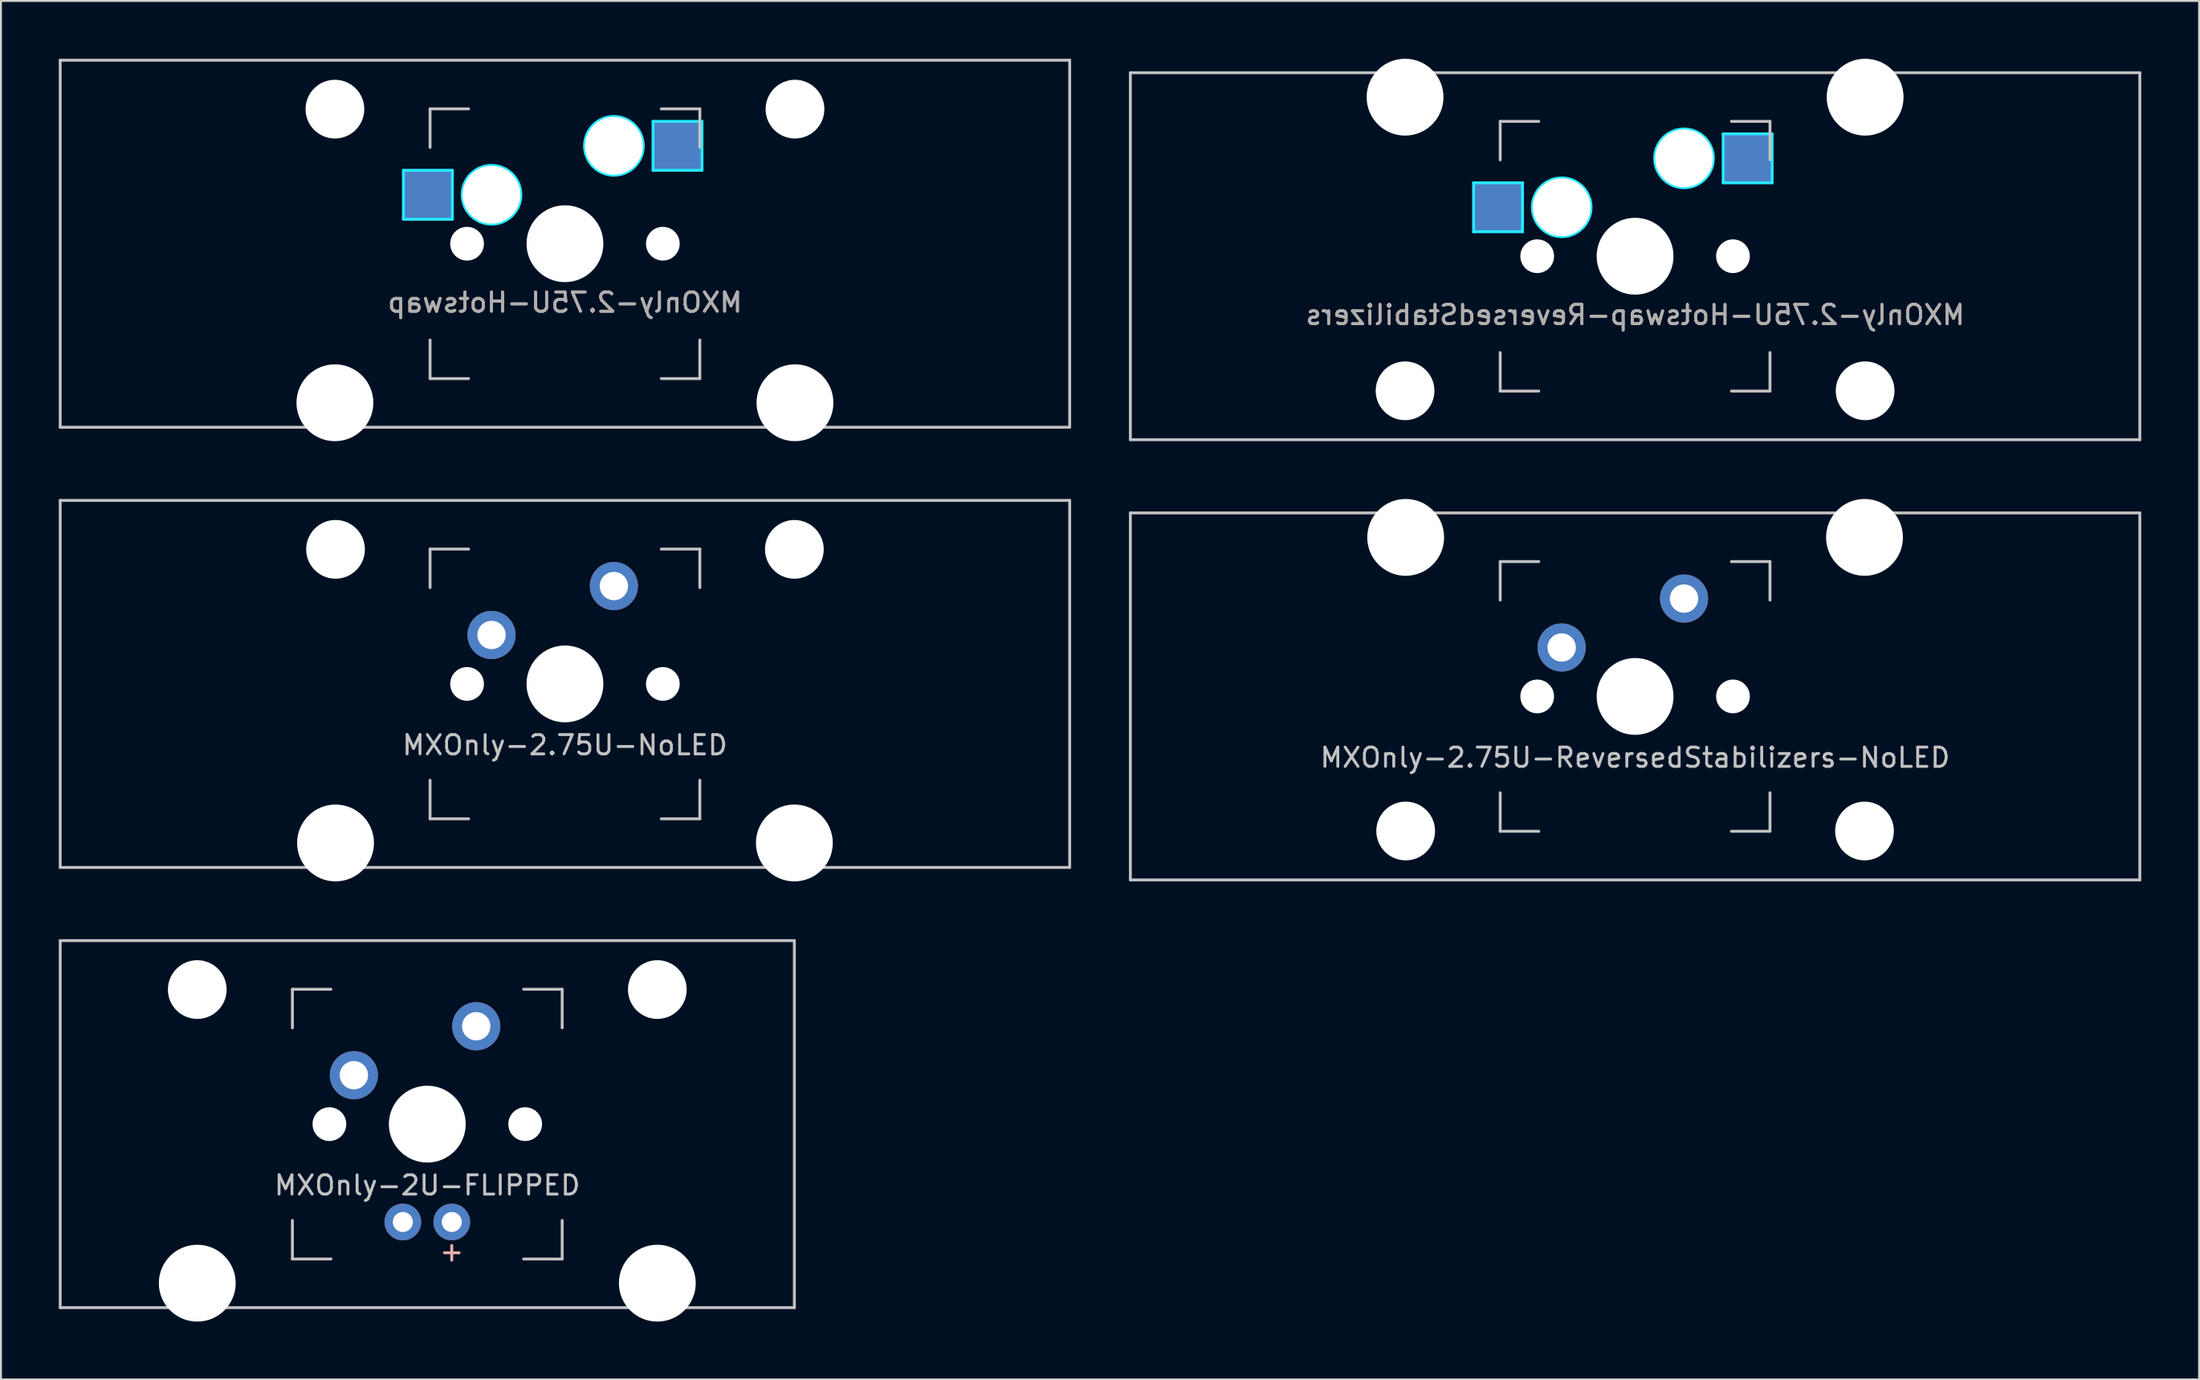
<source format=kicad_pcb>
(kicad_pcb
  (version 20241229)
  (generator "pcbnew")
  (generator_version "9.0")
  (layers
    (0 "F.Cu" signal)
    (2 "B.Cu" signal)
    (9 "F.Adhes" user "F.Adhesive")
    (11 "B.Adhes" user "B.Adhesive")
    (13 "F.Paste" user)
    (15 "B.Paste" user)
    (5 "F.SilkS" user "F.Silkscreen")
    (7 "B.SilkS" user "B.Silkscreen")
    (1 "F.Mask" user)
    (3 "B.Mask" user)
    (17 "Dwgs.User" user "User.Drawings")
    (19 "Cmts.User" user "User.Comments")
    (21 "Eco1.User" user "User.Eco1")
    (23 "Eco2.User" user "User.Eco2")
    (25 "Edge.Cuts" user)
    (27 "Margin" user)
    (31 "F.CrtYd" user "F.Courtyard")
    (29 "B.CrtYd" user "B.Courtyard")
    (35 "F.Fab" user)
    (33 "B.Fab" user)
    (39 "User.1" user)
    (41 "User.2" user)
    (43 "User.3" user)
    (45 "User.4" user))
  (footprint "MXOnly-2.75U-ReversedStabilizers-NoLED"
    (layer "F.Cu")
    (at 81.806 33.098)
    (property "Reference" "MXOnly-2.75U-ReversedStabilizers-NoLED" (at 0 3.175 0) (layer "Dwgs.User") (effects (font (size 1 1) (thickness 0.15))))
    (attr through_hole)
    (fp_line (start -26.194 -9.525) (end 26.194 -9.525) (stroke (width 0.15) (type solid)) (layer "Dwgs.User"))
    (fp_line (start -26.194 9.525) (end -26.194 -9.525) (stroke (width 0.15) (type solid)) (layer "Dwgs.User"))
    (fp_line (start -26.194 9.525) (end 26.194 9.525) (stroke (width 0.15) (type solid)) (layer "Dwgs.User"))
    (fp_line (start -7 -7) (end -7 -5) (stroke (width 0.15) (type solid)) (layer "Dwgs.User"))
    (fp_line (start -7 5) (end -7 7) (stroke (width 0.15) (type solid)) (layer "Dwgs.User"))
    (fp_line (start -7 7) (end -5 7) (stroke (width 0.15) (type solid)) (layer "Dwgs.User"))
    (fp_line (start -5 -7) (end -7 -7) (stroke (width 0.15) (type solid)) (layer "Dwgs.User"))
    (fp_line (start 5 -7) (end 7 -7) (stroke (width 0.15) (type solid)) (layer "Dwgs.User"))
    (fp_line (start 5 7) (end 7 7) (stroke (width 0.15) (type solid)) (layer "Dwgs.User"))
    (fp_line (start 7 -7) (end 7 -5) (stroke (width 0.15) (type solid)) (layer "Dwgs.User"))
    (fp_line (start 7 7) (end 7 5) (stroke (width 0.15) (type solid)) (layer "Dwgs.User"))
    (fp_line (start 26.194 -9.525) (end 26.194 9.525) (stroke (width 0.15) (type solid)) (layer "Dwgs.User"))
    (pad "" np_thru_hole circle (at -11.906 -8.255) (size 3.988 3.988) (drill 3.988) (layers "*.Cu" "*.Mask"))
    (pad "" np_thru_hole circle (at -11.906 6.985) (size 3.048 3.048) (drill 3.048) (layers "*.Cu" "*.Mask"))
    (pad "" np_thru_hole circle (at -5.08 0 48.1) (size 1.75 1.75) (drill 1.75) (layers "*.Cu" "*.Mask"))
    (pad "" np_thru_hole circle (at 0 0) (size 3.988 3.988) (drill 3.988) (layers "*.Cu" "*.Mask"))
    (pad "" np_thru_hole circle (at 5.08 0 48.1) (size 1.75 1.75) (drill 1.75) (layers "*.Cu" "*.Mask"))
    (pad "" np_thru_hole circle (at 11.906 -8.255) (size 3.988 3.988) (drill 3.988) (layers "*.Cu" "*.Mask"))
    (pad "" np_thru_hole circle (at 11.906 6.985) (size 3.048 3.048) (drill 3.048) (layers "*.Cu" "*.Mask"))
    (pad "1" thru_hole circle (at -3.81 -2.54) (size 2.5 2.5) (drill 1.47) (layers "*.Cu" "*.Mask"))
    (pad "2" thru_hole circle (at 2.54 -5.08) (size 2.5 2.5) (drill 1.47) (layers "*.Cu" "*.Mask")))
  (footprint "MXOnly-2U-FLIPPED"
    (layer "F.Cu")
    (at 19.125 55.298)
    (property "Reference" "MXOnly-2U-FLIPPED" (at 0 3.175 0) (layer "Dwgs.User") (effects (font (size 1 1) (thickness 0.15))))
    (attr through_hole)
    (fp_line (start -19.05 -9.525) (end 19.05 -9.525) (stroke (width 0.15) (type solid)) (layer "Dwgs.User"))
    (fp_line (start -19.05 9.525) (end -19.05 -9.525) (stroke (width 0.15) (type solid)) (layer "Dwgs.User"))
    (fp_line (start -19.05 9.525) (end 19.05 9.525) (stroke (width 0.15) (type solid)) (layer "Dwgs.User"))
    (fp_line (start -7 -7) (end -7 -5) (stroke (width 0.15) (type solid)) (layer "Dwgs.User"))
    (fp_line (start -7 5) (end -7 7) (stroke (width 0.15) (type solid)) (layer "Dwgs.User"))
    (fp_line (start -7 7) (end -5 7) (stroke (width 0.15) (type solid)) (layer "Dwgs.User"))
    (fp_line (start -5 -7) (end -7 -7) (stroke (width 0.15) (type solid)) (layer "Dwgs.User"))
    (fp_line (start 5 -7) (end 7 -7) (stroke (width 0.15) (type solid)) (layer "Dwgs.User"))
    (fp_line (start 5 7) (end 7 7) (stroke (width 0.15) (type solid)) (layer "Dwgs.User"))
    (fp_line (start 7 -7) (end 7 -5) (stroke (width 0.15) (type solid)) (layer "Dwgs.User"))
    (fp_line (start 7 7) (end 7 5) (stroke (width 0.15) (type solid)) (layer "Dwgs.User"))
    (fp_line (start 19.05 -9.525) (end 19.05 9.525) (stroke (width 0.15) (type solid)) (layer "Dwgs.User"))
    (fp_text user "+" (at 1.27 6.604 0) (layer "B.SilkS") (effects (font (size 1 1) (thickness 0.15))))
    (pad "" np_thru_hole circle (at -11.938 -6.985) (size 3.048 3.048) (drill 3.048) (layers "*.Cu" "*.Mask"))
    (pad "" np_thru_hole circle (at -11.938 8.255) (size 3.988 3.988) (drill 3.988) (layers "*.Cu" "*.Mask"))
    (pad "" np_thru_hole circle (at -5.08 0 48.1) (size 1.75 1.75) (drill 1.75) (layers "*.Cu" "*.Mask"))
    (pad "" np_thru_hole circle (at 0 0) (size 3.988 3.988) (drill 3.988) (layers "*.Cu" "*.Mask"))
    (pad "" np_thru_hole circle (at 5.08 0 48.1) (size 1.75 1.75) (drill 1.75) (layers "*.Cu" "*.Mask"))
    (pad "" np_thru_hole circle (at 11.938 -6.985) (size 3.048 3.048) (drill 3.048) (layers "*.Cu" "*.Mask"))
    (pad "" np_thru_hole circle (at 11.938 8.255) (size 3.988 3.988) (drill 3.988) (layers "*.Cu" "*.Mask"))
    (pad "1" thru_hole circle (at -3.81 -2.54) (size 2.5 2.5) (drill 1.47) (layers "*.Cu" "*.Mask"))
    (pad "2" thru_hole circle (at 2.54 -5.08) (size 2.5 2.5) (drill 1.47) (layers "*.Cu" "*.Mask"))
    (pad "3" thru_hole circle (at 1.27 5.08) (size 1.905 1.905) (drill 1.04) (layers "*.Cu" "*.Mask"))
    (pad "4" thru_hole circle (at -1.27 5.08) (size 1.905 1.905) (drill 1.04) (layers "*.Cu" "*.Mask")))
  (footprint "MXOnly-2.75U-Hotswap-ReversedStabilizers"
    (layer "F.Cu")
    (at 81.806 10.249)
    (property "Reference" "MXOnly-2.75U-Hotswap-ReversedStabilizers" (at 0 3.048 0) (layer "F.Fab") (effects (font (size 1 1) (thickness 0.15)) (justify mirror)))
    (attr smd)
    (fp_line (start -26.194 -9.525) (end 26.194 -9.525) (stroke (width 0.15) (type solid)) (layer "Dwgs.User"))
    (fp_line (start -26.194 9.525) (end -26.194 -9.525) (stroke (width 0.15) (type solid)) (layer "Dwgs.User"))
    (fp_line (start -7 -7) (end -7 -5) (stroke (width 0.15) (type solid)) (layer "Dwgs.User"))
    (fp_line (start -7 5) (end -7 7) (stroke (width 0.15) (type solid)) (layer "Dwgs.User"))
    (fp_line (start -7 7) (end -5 7) (stroke (width 0.15) (type solid)) (layer "Dwgs.User"))
    (fp_line (start -5 -7) (end -7 -7) (stroke (width 0.15) (type solid)) (layer "Dwgs.User"))
    (fp_line (start 5 -7) (end 7 -7) (stroke (width 0.15) (type solid)) (layer "Dwgs.User"))
    (fp_line (start 5 7) (end 7 7) (stroke (width 0.15) (type solid)) (layer "Dwgs.User"))
    (fp_line (start 7 -7) (end 7 -5) (stroke (width 0.15) (type solid)) (layer "Dwgs.User"))
    (fp_line (start 7 7) (end 7 5) (stroke (width 0.15) (type solid)) (layer "Dwgs.User"))
    (fp_line (start 26.194 -9.525) (end 26.194 9.525) (stroke (width 0.15) (type solid)) (layer "Dwgs.User"))
    (fp_line (start 26.194 9.525) (end -26.194 9.525) (stroke (width 0.15) (type solid)) (layer "Dwgs.User"))
    (fp_line (start -8.382 -3.81) (end -5.842 -3.81) (stroke (width 0.15) (type solid)) (layer "B.CrtYd"))
    (fp_line (start -8.382 -1.27) (end -8.382 -3.81) (stroke (width 0.15) (type solid)) (layer "B.CrtYd"))
    (fp_line (start -5.842 -3.81) (end -5.842 -1.27) (stroke (width 0.15) (type solid)) (layer "B.CrtYd"))
    (fp_line (start -5.842 -1.27) (end -8.382 -1.27) (stroke (width 0.15) (type solid)) (layer "B.CrtYd"))
    (fp_line (start 4.572 -6.35) (end 7.112 -6.35) (stroke (width 0.15) (type solid)) (layer "B.CrtYd"))
    (fp_line (start 4.572 -3.81) (end 4.572 -6.35) (stroke (width 0.15) (type solid)) (layer "B.CrtYd"))
    (fp_line (start 7.112 -6.35) (end 7.112 -3.81) (stroke (width 0.15) (type solid)) (layer "B.CrtYd"))
    (fp_line (start 7.112 -3.81) (end 4.572 -3.81) (stroke (width 0.15) (type solid)) (layer "B.CrtYd"))
    (fp_circle (center -3.81 -2.54) (end -3.81 -4.064) (stroke (width 0.15) (type solid)) (fill no) (layer "B.CrtYd"))
    (fp_circle (center 2.54 -5.08) (end 2.54 -6.604) (stroke (width 0.15) (type solid)) (fill no) (layer "B.CrtYd"))
    (fp_text user "${REFERENCE}" (at 0 3.048 0) (layer "B.SilkS") (effects (font (size 1 1) (thickness 0.15)) (justify mirror)))
    (pad "" np_thru_hole circle (at -11.938 -8.255) (size 3.988 3.988) (drill 3.988) (layers "*.Cu" "*.Mask"))
    (pad "" np_thru_hole circle (at -11.938 6.985) (size 3.048 3.048) (drill 3.048) (layers "*.Cu" "*.Mask"))
    (pad "" np_thru_hole circle (at -5.08 0 48.1) (size 1.75 1.75) (drill 1.75) (layers "*.Cu" "*.Mask"))
    (pad "" np_thru_hole circle (at -3.81 -2.54) (size 3 3) (drill 3) (layers "*.Cu" "*.Mask"))
    (pad "" np_thru_hole circle (at 0 0) (size 3.988 3.988) (drill 3.988) (layers "*.Cu" "*.Mask"))
    (pad "" np_thru_hole circle (at 2.54 -5.08) (size 3 3) (drill 3) (layers "*.Cu" "*.Mask"))
    (pad "" np_thru_hole circle (at 5.08 0 48.1) (size 1.75 1.75) (drill 1.75) (layers "*.Cu" "*.Mask"))
    (pad "" np_thru_hole circle (at 11.938 -8.255) (size 3.988 3.988) (drill 3.988) (layers "*.Cu" "*.Mask"))
    (pad "" np_thru_hole circle (at 11.938 6.985) (size 3.048 3.048) (drill 3.048) (layers "*.Cu" "*.Mask"))
    (pad "1" smd rect (at -7.085 -2.54) (size 2.55 2.5) (layers "B.Cu" "B.Mask" "B.Paste"))
    (pad "2" smd rect (at 5.842 -5.08) (size 2.55 2.5) (layers "B.Cu" "B.Mask" "B.Paste")))
  (footprint "MXOnly-2.75U-Hotswap"
    (layer "F.Cu")
    (at 26.269 9.6)
    (property "Reference" "MXOnly-2.75U-Hotswap" (at 0 3.048 0) (layer "F.Fab") (effects (font (size 1 1) (thickness 0.15)) (justify mirror)))
    (attr smd)
    (fp_line (start -26.194 -9.525) (end 26.194 -9.525) (stroke (width 0.15) (type solid)) (layer "Dwgs.User"))
    (fp_line (start -26.194 9.525) (end -26.194 -9.525) (stroke (width 0.15) (type solid)) (layer "Dwgs.User"))
    (fp_line (start -7 -7) (end -7 -5) (stroke (width 0.15) (type solid)) (layer "Dwgs.User"))
    (fp_line (start -7 5) (end -7 7) (stroke (width 0.15) (type solid)) (layer "Dwgs.User"))
    (fp_line (start -7 7) (end -5 7) (stroke (width 0.15) (type solid)) (layer "Dwgs.User"))
    (fp_line (start -5 -7) (end -7 -7) (stroke (width 0.15) (type solid)) (layer "Dwgs.User"))
    (fp_line (start 5 -7) (end 7 -7) (stroke (width 0.15) (type solid)) (layer "Dwgs.User"))
    (fp_line (start 5 7) (end 7 7) (stroke (width 0.15) (type solid)) (layer "Dwgs.User"))
    (fp_line (start 7 -7) (end 7 -5) (stroke (width 0.15) (type solid)) (layer "Dwgs.User"))
    (fp_line (start 7 7) (end 7 5) (stroke (width 0.15) (type solid)) (layer "Dwgs.User"))
    (fp_line (start 26.194 -9.525) (end 26.194 9.525) (stroke (width 0.15) (type solid)) (layer "Dwgs.User"))
    (fp_line (start 26.194 9.525) (end -26.194 9.525) (stroke (width 0.15) (type solid)) (layer "Dwgs.User"))
    (fp_line (start -8.382 -3.81) (end -5.842 -3.81) (stroke (width 0.15) (type solid)) (layer "B.CrtYd"))
    (fp_line (start -8.382 -1.27) (end -8.382 -3.81) (stroke (width 0.15) (type solid)) (layer "B.CrtYd"))
    (fp_line (start -5.842 -3.81) (end -5.842 -1.27) (stroke (width 0.15) (type solid)) (layer "B.CrtYd"))
    (fp_line (start -5.842 -1.27) (end -8.382 -1.27) (stroke (width 0.15) (type solid)) (layer "B.CrtYd"))
    (fp_line (start 4.572 -6.35) (end 7.112 -6.35) (stroke (width 0.15) (type solid)) (layer "B.CrtYd"))
    (fp_line (start 4.572 -3.81) (end 4.572 -6.35) (stroke (width 0.15) (type solid)) (layer "B.CrtYd"))
    (fp_line (start 7.112 -6.35) (end 7.112 -3.81) (stroke (width 0.15) (type solid)) (layer "B.CrtYd"))
    (fp_line (start 7.112 -3.81) (end 4.572 -3.81) (stroke (width 0.15) (type solid)) (layer "B.CrtYd"))
    (fp_circle (center -3.81 -2.54) (end -3.81 -4.064) (stroke (width 0.15) (type solid)) (fill no) (layer "B.CrtYd"))
    (fp_circle (center 2.54 -5.08) (end 2.54 -6.604) (stroke (width 0.15) (type solid)) (fill no) (layer "B.CrtYd"))
    (fp_text user "${REFERENCE}" (at 0 3.048 0) (layer "B.SilkS") (effects (font (size 1 1) (thickness 0.15)) (justify mirror)))
    (pad "" np_thru_hole circle (at -11.938 -6.985) (size 3.048 3.048) (drill 3.048) (layers "*.Cu" "*.Mask"))
    (pad "" np_thru_hole circle (at -11.938 8.255) (size 3.988 3.988) (drill 3.988) (layers "*.Cu" "*.Mask"))
    (pad "" np_thru_hole circle (at -5.08 0 48.1) (size 1.75 1.75) (drill 1.75) (layers "*.Cu" "*.Mask"))
    (pad "" np_thru_hole circle (at -3.81 -2.54) (size 3 3) (drill 3) (layers "*.Cu" "*.Mask"))
    (pad "" np_thru_hole circle (at 0 0) (size 3.988 3.988) (drill 3.988) (layers "*.Cu" "*.Mask"))
    (pad "" np_thru_hole circle (at 2.54 -5.08) (size 3 3) (drill 3) (layers "*.Cu" "*.Mask"))
    (pad "" np_thru_hole circle (at 5.08 0 48.1) (size 1.75 1.75) (drill 1.75) (layers "*.Cu" "*.Mask"))
    (pad "" np_thru_hole circle (at 11.938 -6.985) (size 3.048 3.048) (drill 3.048) (layers "*.Cu" "*.Mask"))
    (pad "" np_thru_hole circle (at 11.938 8.255) (size 3.988 3.988) (drill 3.988) (layers "*.Cu" "*.Mask"))
    (pad "1" smd rect (at -7.085 -2.54) (size 2.55 2.5) (layers "B.Cu" "B.Mask" "B.Paste"))
    (pad "2" smd rect (at 5.842 -5.08) (size 2.55 2.5) (layers "B.Cu" "B.Mask" "B.Paste")))
  (footprint "MXOnly-2.75U-NoLED"
    (layer "F.Cu")
    (at 26.269 32.449)
    (property "Reference" "MXOnly-2.75U-NoLED" (at 0 3.175 0) (layer "Dwgs.User") (effects (font (size 1 1) (thickness 0.15))))
    (attr through_hole)
    (fp_line (start -26.194 -9.525) (end 26.194 -9.525) (stroke (width 0.15) (type solid)) (layer "Dwgs.User"))
    (fp_line (start -26.194 9.525) (end -26.194 -9.525) (stroke (width 0.15) (type solid)) (layer "Dwgs.User"))
    (fp_line (start -26.194 9.525) (end 26.194 9.525) (stroke (width 0.15) (type solid)) (layer "Dwgs.User"))
    (fp_line (start -7 -7) (end -7 -5) (stroke (width 0.15) (type solid)) (layer "Dwgs.User"))
    (fp_line (start -7 5) (end -7 7) (stroke (width 0.15) (type solid)) (layer "Dwgs.User"))
    (fp_line (start -7 7) (end -5 7) (stroke (width 0.15) (type solid)) (layer "Dwgs.User"))
    (fp_line (start -5 -7) (end -7 -7) (stroke (width 0.15) (type solid)) (layer "Dwgs.User"))
    (fp_line (start 5 -7) (end 7 -7) (stroke (width 0.15) (type solid)) (layer "Dwgs.User"))
    (fp_line (start 5 7) (end 7 7) (stroke (width 0.15) (type solid)) (layer "Dwgs.User"))
    (fp_line (start 7 -7) (end 7 -5) (stroke (width 0.15) (type solid)) (layer "Dwgs.User"))
    (fp_line (start 7 7) (end 7 5) (stroke (width 0.15) (type solid)) (layer "Dwgs.User"))
    (fp_line (start 26.194 -9.525) (end 26.194 9.525) (stroke (width 0.15) (type solid)) (layer "Dwgs.User"))
    (pad "" np_thru_hole circle (at -11.906 -6.985) (size 3.048 3.048) (drill 3.048) (layers "*.Cu" "*.Mask"))
    (pad "" np_thru_hole circle (at -11.906 8.255) (size 3.988 3.988) (drill 3.988) (layers "*.Cu" "*.Mask"))
    (pad "" np_thru_hole circle (at -5.08 0 48.1) (size 1.75 1.75) (drill 1.75) (layers "*.Cu" "*.Mask"))
    (pad "" np_thru_hole circle (at 0 0) (size 3.988 3.988) (drill 3.988) (layers "*.Cu" "*.Mask"))
    (pad "" np_thru_hole circle (at 5.08 0 48.1) (size 1.75 1.75) (drill 1.75) (layers "*.Cu" "*.Mask"))
    (pad "" np_thru_hole circle (at 11.906 -6.985) (size 3.048 3.048) (drill 3.048) (layers "*.Cu" "*.Mask"))
    (pad "" np_thru_hole circle (at 11.906 8.255) (size 3.988 3.988) (drill 3.988) (layers "*.Cu" "*.Mask"))
    (pad "1" thru_hole circle (at -3.81 -2.54) (size 2.5 2.5) (drill 1.47) (layers "*.Cu" "*.Mask"))
    (pad "2" thru_hole circle (at 2.54 -5.08) (size 2.5 2.5) (drill 1.47) (layers "*.Cu" "*.Mask")))
  (gr_rect
    (start -3 -3)
    (end 111.075 68.547)
    (stroke (width 0.1) (type default))
    (fill no)
    (layer "Edge.Cuts")))
</source>
